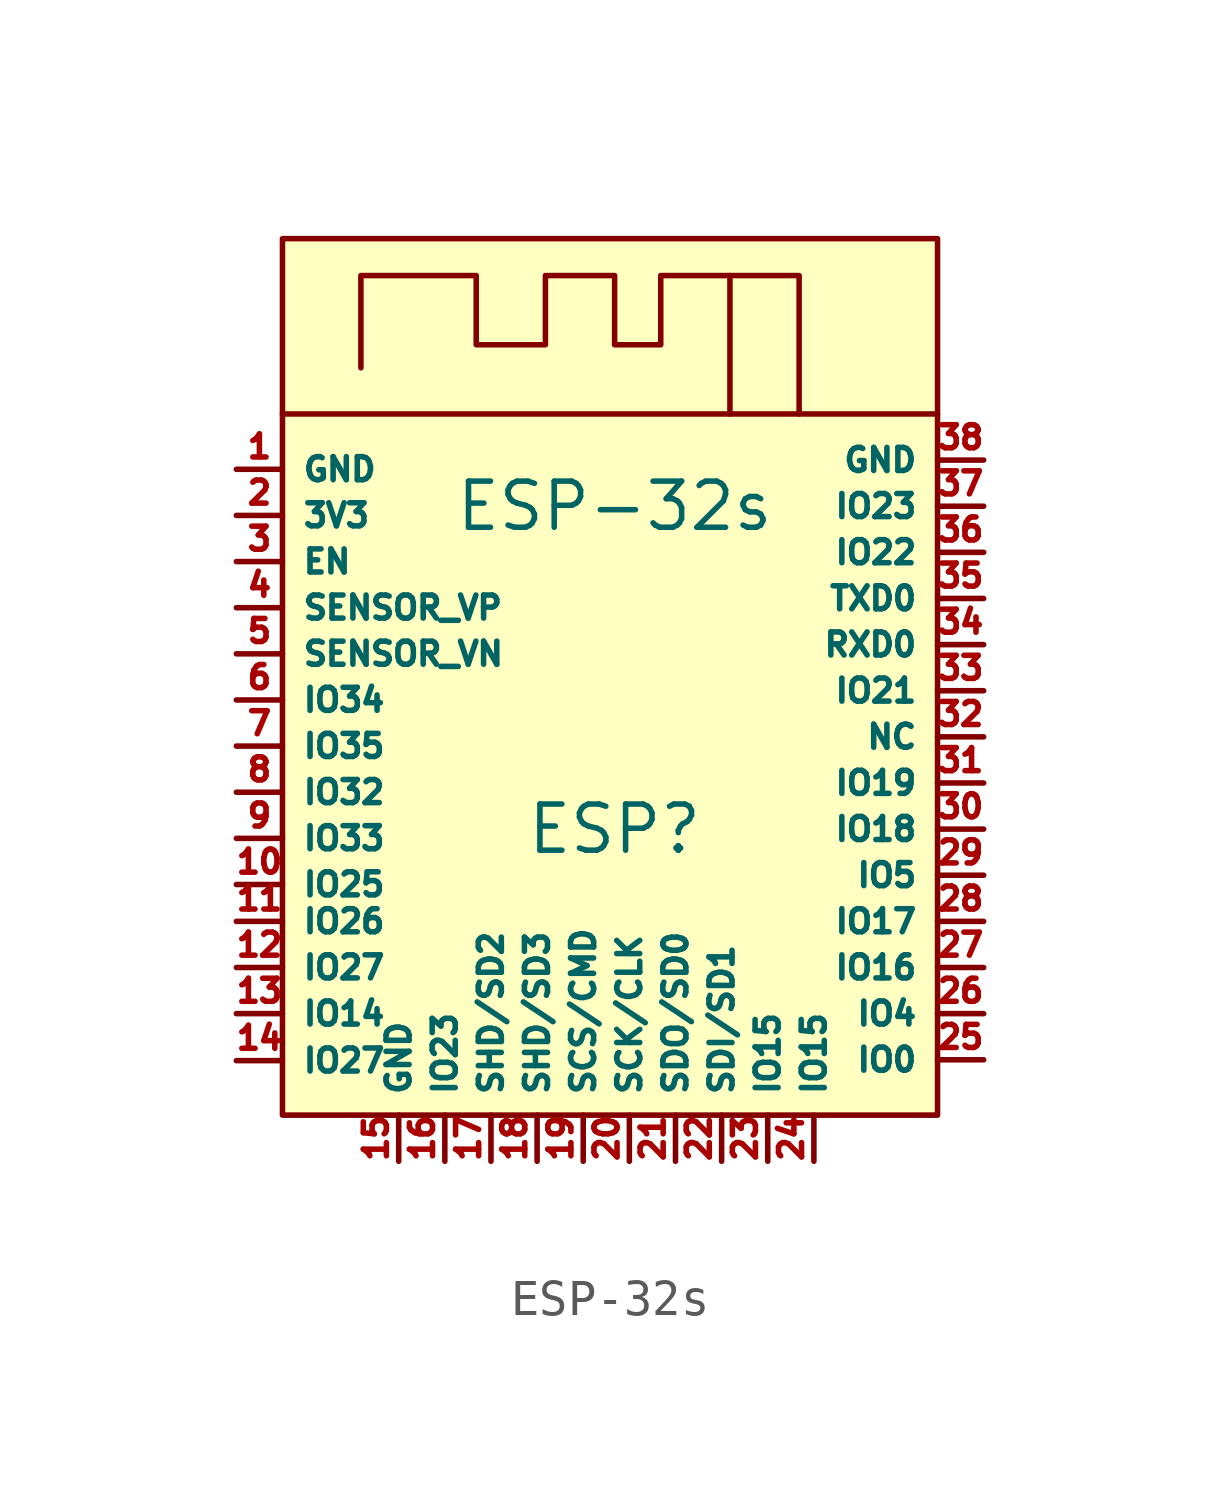
<source format=kicad_sym>
(kicad_symbol_lib
  (version 20211014)
  (generator kicad_symbol_editor)
  (symbol "ESP-32s"
    (property "Reference" "ESP"
      (at -8.89 6.35 0)
      (effects (font (size 1.27 1.27))))
    (property "Value" "ESP-32s"
      (at -8.89 15.24 0)
      (effects (font (size 1.27 1.27))))
    (symbol "ESP-32s_0_1"
      (rectangle (start -18.034 22.606) (end 0 -1.524) (stroke (width 0) (type default) (color 0 0 0 0)) (fill (type background)))
      (polyline (pts (xy -5.715 21.59) (xy -5.715 17.78)) (stroke (width 0) (type default) (color 0 0 0 0)) (fill (type none)))
      (polyline (pts (xy 0 17.78) (xy -18.034 17.78)) (stroke (width 0) (type default) (color 0 0 0 0)) (fill (type none)))
      (polyline (pts (xy -3.81 17.78) (xy -3.81 21.59) (xy -7.62 21.59) (xy -7.62 19.685) (xy -8.89 19.685) (xy -8.89 21.59) (xy -10.795 21.59) (xy -10.795 19.685) (xy -12.7 19.685) (xy -12.7 21.59) (xy -15.875 21.59) (xy -15.875 19.05)) (stroke (width 0) (type default) (color 0 0 0 0)) (fill (type none))))
    (symbol "ESP-32s_1_1"
      (pin passive line (at -19.304 16.256 0) (length 1.27) (name "GND" (effects (font (size 0.635 0.635)))) (number "1" (effects (font (size 0.635 0.635)))))
      (pin bidirectional line (at -19.304 4.826 0) (length 1.27) (name "IO25" (effects (font (size 0.635 0.635)))) (number "10" (effects (font (size 0.635 0.635)))))
      (pin bidirectional line (at -19.304 3.81 0) (length 1.27) (name "IO26" (effects (font (size 0.635 0.635)))) (number "11" (effects (font (size 0.635 0.635)))))
      (pin bidirectional line (at -19.304 2.54 0) (length 1.27) (name "IO27" (effects (font (size 0.635 0.635)))) (number "12" (effects (font (size 0.635 0.635)))))
      (pin bidirectional line (at -19.304 1.27 0) (length 1.27) (name "IO14" (effects (font (size 0.635 0.635)))) (number "13" (effects (font (size 0.635 0.635)))) (alternate "GPIO14, ADC2_CH6, TOUCH6, RTC_GPIO16, MTMS, HSPICLK," bidirectional line))
      (pin bidirectional line (at -19.304 -0.024 0) (length 1.27) (name "IO27" (effects (font (size 0.635 0.635)))) (number "14" (effects (font (size 0.635 0.635)))) (alternate "GPIO12, ADC2_CH5, TOUCH5, RTC_GPIO15, MTDI, HSPIQ," bidirectional line))
      (pin passive line (at -14.834 -2.794 90) (length 1.27) (name "GND" (effects (font (size 0.635 0.635)))) (number "15" (effects (font (size 0.635 0.635)))))
      (pin bidirectional line (at -13.564 -2.794 90) (length 1.27) (name "IO23" (effects (font (size 0.635 0.635)))) (number "16" (effects (font (size 0.635 0.635)))) (alternate "GPIO12, ADC2_CH5, TOUCH5, RTC_GPIO15, MTDI, HSPIQ," bidirectional line))
      (pin bidirectional line (at -12.294 -2.794 90) (length 1.27) (name "SHD/SD2" (effects (font (size 0.635 0.635)))) (number "17" (effects (font (size 0.635 0.635)))) (alternate "GPIO12, ADC2_CH5, TOUCH5, RTC_GPIO15, MTDI, HSPIQ," bidirectional line))
      (pin bidirectional line (at -11.024 -2.794 90) (length 1.27) (name "SHD/SD3" (effects (font (size 0.635 0.635)))) (number "18" (effects (font (size 0.635 0.635)))) (alternate "GPIO12, ADC2_CH5, TOUCH5, RTC_GPIO15, MTDI, HSPIQ," bidirectional line))
      (pin bidirectional line (at -9.754 -2.794 90) (length 1.27) (name "SCS/CMD" (effects (font (size 0.635 0.635)))) (number "19" (effects (font (size 0.635 0.635)))) (alternate "GPIO12, ADC2_CH5, TOUCH5, RTC_GPIO15, MTDI, HSPIQ," bidirectional line))
      (pin power_in line (at -19.304 14.986 0) (length 1.27) (name "3V3" (effects (font (size 0.635 0.635)))) (number "2" (effects (font (size 0.635 0.635)))))
      (pin bidirectional line (at -8.484 -2.794 90) (length 1.27) (name "SCK/CLK" (effects (font (size 0.635 0.635)))) (number "20" (effects (font (size 0.635 0.635)))) (alternate "GPIO12, ADC2_CH5, TOUCH5, RTC_GPIO15, MTDI, HSPIQ," bidirectional line))
      (pin bidirectional line (at -7.214 -2.794 90) (length 1.27) (name "SDO/SD0" (effects (font (size 0.635 0.635)))) (number "21" (effects (font (size 0.635 0.635)))) (alternate "GPIO12, ADC2_CH5, TOUCH5, RTC_GPIO15, MTDI, HSPIQ," bidirectional line))
      (pin bidirectional line (at -5.944 -2.794 90) (length 1.27) (name "SDI/SD1" (effects (font (size 0.635 0.635)))) (number "22" (effects (font (size 0.635 0.635)))) (alternate "GPIO12, ADC2_CH5, TOUCH5, RTC_GPIO15, MTDI, HSPIQ," bidirectional line))
      (pin bidirectional line (at -4.674 -2.794 90) (length 1.27) (name "IO15" (effects (font (size 0.635 0.635)))) (number "23" (effects (font (size 0.635 0.635)))) (alternate "GPIO12, ADC2_CH5, TOUCH5, RTC_GPIO15, MTDI, HSPIQ," bidirectional line))
      (pin bidirectional line (at -3.404 -2.794 90) (length 1.27) (name "IO15" (effects (font (size 0.635 0.635)))) (number "24" (effects (font (size 0.635 0.635)))) (alternate "GPIO12, ADC2_CH5, TOUCH5, RTC_GPIO15, MTDI, HSPIQ," bidirectional line))
      (pin bidirectional line (at 1.27 0 180) (length 1.27) (name "IO0" (effects (font (size 0.635 0.635)))) (number "25" (effects (font (size 0.635 0.635)))) (alternate "GPIO12, ADC2_CH5, TOUCH5, RTC_GPIO15, MTDI, HSPIQ," bidirectional line))
      (pin bidirectional line (at 1.27 1.27 180) (length 1.27) (name "IO4" (effects (font (size 0.635 0.635)))) (number "26" (effects (font (size 0.635 0.635)))) (alternate "GPIO12, ADC2_CH5, TOUCH5, RTC_GPIO15, MTDI, HSPIQ," bidirectional line))
      (pin bidirectional line (at 1.27 2.54 180) (length 1.27) (name "IO16" (effects (font (size 0.635 0.635)))) (number "27" (effects (font (size 0.635 0.635)))) (alternate "GPIO12, ADC2_CH5, TOUCH5, RTC_GPIO15, MTDI, HSPIQ," bidirectional line))
      (pin bidirectional line (at 1.27 3.81 180) (length 1.27) (name "IO17" (effects (font (size 0.635 0.635)))) (number "28" (effects (font (size 0.635 0.635)))) (alternate "GPIO12, ADC2_CH5, TOUCH5, RTC_GPIO15, MTDI, HSPIQ," bidirectional line))
      (pin bidirectional line (at 1.27 5.08 180) (length 1.27) (name "IO5" (effects (font (size 0.635 0.635)))) (number "29" (effects (font (size 0.635 0.635)))) (alternate "GPIO12, ADC2_CH5, TOUCH5, RTC_GPIO15, MTDI, HSPIQ," bidirectional line))
      (pin power_in line (at -19.304 13.716 0) (length 1.27) (name "EN" (effects (font (size 0.635 0.635)))) (number "3" (effects (font (size 0.635 0.635)))))
      (pin bidirectional line (at 1.27 6.35 180) (length 1.27) (name "IO18" (effects (font (size 0.635 0.635)))) (number "30" (effects (font (size 0.635 0.635)))) (alternate "GPIO12, ADC2_CH5, TOUCH5, RTC_GPIO15, MTDI, HSPIQ," bidirectional line))
      (pin bidirectional line (at 1.27 7.62 180) (length 1.27) (name "IO19" (effects (font (size 0.635 0.635)))) (number "31" (effects (font (size 0.635 0.635)))) (alternate "GPIO12, ADC2_CH5, TOUCH5, RTC_GPIO15, MTDI, HSPIQ," bidirectional line))
      (pin bidirectional line (at 1.27 8.89 180) (length 1.27) (name "NC" (effects (font (size 0.635 0.635)))) (number "32" (effects (font (size 0.635 0.635)))) (alternate "GPIO12, ADC2_CH5, TOUCH5, RTC_GPIO15, MTDI, HSPIQ," bidirectional line))
      (pin bidirectional line (at 1.27 10.16 180) (length 1.27) (name "IO21" (effects (font (size 0.635 0.635)))) (number "33" (effects (font (size 0.635 0.635)))) (alternate "GPIO12, ADC2_CH5, TOUCH5, RTC_GPIO15, MTDI, HSPIQ," bidirectional line))
      (pin bidirectional line (at 1.27 11.43 180) (length 1.27) (name "RXD0" (effects (font (size 0.635 0.635)))) (number "34" (effects (font (size 0.635 0.635)))) (alternate "GPIO12, ADC2_CH5, TOUCH5, RTC_GPIO15, MTDI, HSPIQ," bidirectional line))
      (pin bidirectional line (at 1.27 12.7 180) (length 1.27) (name "TXD0" (effects (font (size 0.635 0.635)))) (number "35" (effects (font (size 0.635 0.635)))) (alternate "GPIO12, ADC2_CH5, TOUCH5, RTC_GPIO15, MTDI, HSPIQ," bidirectional line))
      (pin bidirectional line (at 1.27 13.97 180) (length 1.27) (name "IO22" (effects (font (size 0.635 0.635)))) (number "36" (effects (font (size 0.635 0.635)))) (alternate "GPIO12, ADC2_CH5, TOUCH5, RTC_GPIO15, MTDI, HSPIQ," bidirectional line))
      (pin bidirectional line (at 1.27 15.24 180) (length 1.27) (name "IO23" (effects (font (size 0.635 0.635)))) (number "37" (effects (font (size 0.635 0.635)))) (alternate "GPIO12, ADC2_CH5, TOUCH5, RTC_GPIO15, MTDI, HSPIQ," bidirectional line))
      (pin passive line (at 1.27 16.51 180) (length 1.27) (name "GND" (effects (font (size 0.635 0.635)))) (number "38" (effects (font (size 0.635 0.635)))))
      (pin bidirectional line (at -19.304 12.446 0) (length 1.27) (name "SENSOR_VP" (effects (font (size 0.635 0.635)))) (number "4" (effects (font (size 0.635 0.635)))))
      (pin bidirectional line (at -19.304 11.176 0) (length 1.27) (name "SENSOR_VN" (effects (font (size 0.635 0.635)))) (number "5" (effects (font (size 0.635 0.635)))))
      (pin bidirectional line (at -19.304 9.906 0) (length 1.27) (name "IO34" (effects (font (size 0.635 0.635)))) (number "6" (effects (font (size 0.635 0.635)))))
      (pin bidirectional line (at -19.304 8.636 0) (length 1.27) (name "IO35" (effects (font (size 0.635 0.635)))) (number "7" (effects (font (size 0.635 0.635)))))
      (pin bidirectional line (at -19.304 7.366 0) (length 1.27) (name "IO32" (effects (font (size 0.635 0.635)))) (number "8" (effects (font (size 0.635 0.635)))))
      (pin bidirectional line (at -19.304 6.096 0) (length 1.27) (name "IO33" (effects (font (size 0.635 0.635)))) (number "9" (effects (font (size 0.635 0.635))))))))
</source>
